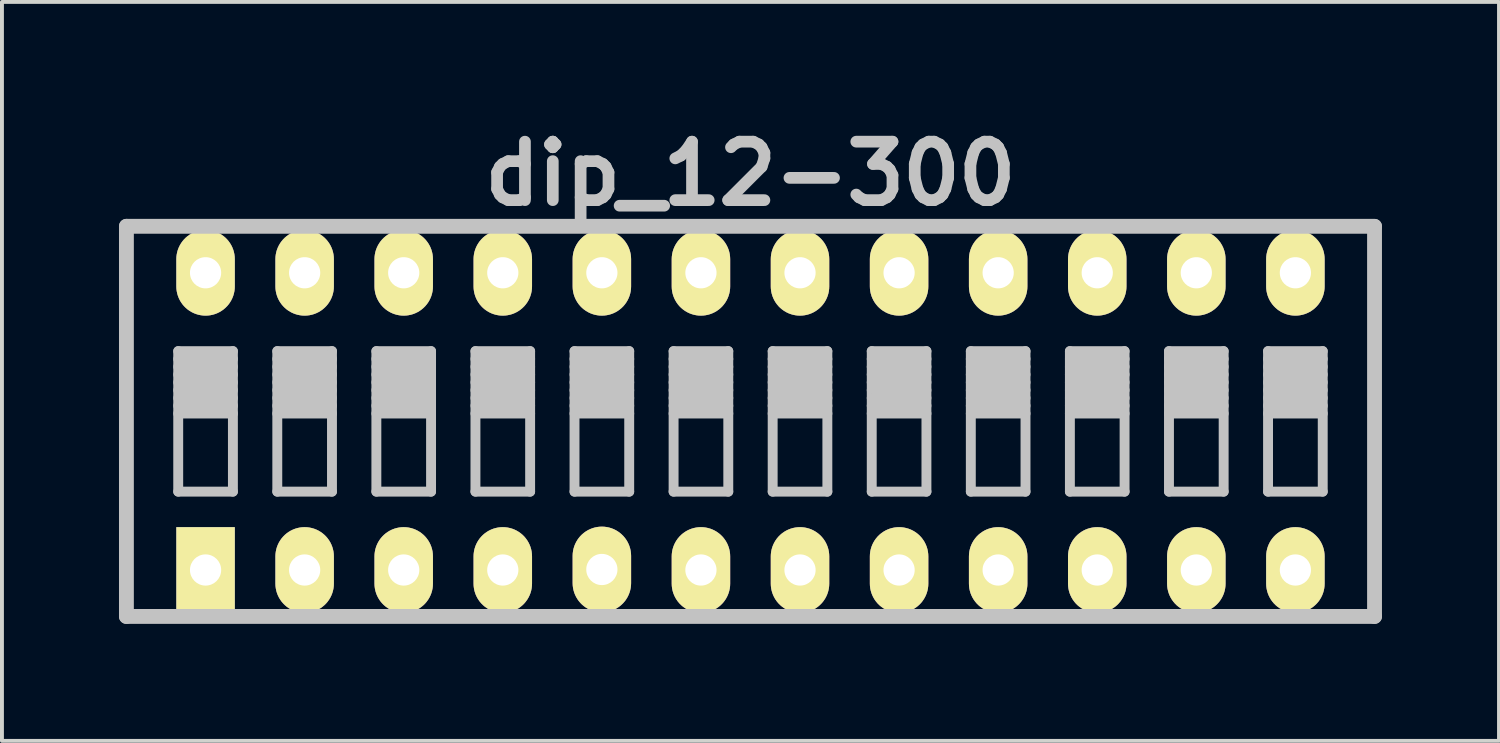
<source format=kicad_pcb>
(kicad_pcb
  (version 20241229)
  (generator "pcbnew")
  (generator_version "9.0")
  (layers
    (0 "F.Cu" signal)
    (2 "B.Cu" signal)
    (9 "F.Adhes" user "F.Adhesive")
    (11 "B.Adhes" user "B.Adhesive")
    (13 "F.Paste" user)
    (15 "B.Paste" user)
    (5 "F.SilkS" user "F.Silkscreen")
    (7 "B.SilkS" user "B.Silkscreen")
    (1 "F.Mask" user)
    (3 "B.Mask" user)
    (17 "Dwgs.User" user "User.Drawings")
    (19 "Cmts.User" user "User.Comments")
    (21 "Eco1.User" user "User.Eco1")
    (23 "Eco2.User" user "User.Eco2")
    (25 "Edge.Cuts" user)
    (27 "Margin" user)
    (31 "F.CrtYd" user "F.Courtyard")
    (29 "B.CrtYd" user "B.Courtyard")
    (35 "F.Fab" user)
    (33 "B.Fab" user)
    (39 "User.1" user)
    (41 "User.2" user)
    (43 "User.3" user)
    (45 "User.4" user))
  (footprint "dip_12-300"
    (layer "F.Cu")
    (at 16.19 7.753)
    (property "Reference" "dip_12-300" (at 0 -6.35 0) (layer "Dwgs.User") (effects (font (size 1.499 1.499) (thickness 0.3))))
    (attr through_hole)
    (fp_line (start -15.999 -5.001) (end 15.999 -5.001) (stroke (width 0.381) (type solid)) (layer "Dwgs.User"))
    (fp_line (start -15.999 5.001) (end -15.999 -5.001) (stroke (width 0.381) (type solid)) (layer "Dwgs.User"))
    (fp_line (start -14.671 -1.801) (end -14.671 1.801) (stroke (width 0.254) (type solid)) (layer "Dwgs.User"))
    (fp_line (start -14.671 -1.6) (end -13.269 -1.6) (stroke (width 0.254) (type solid)) (layer "Dwgs.User"))
    (fp_line (start -14.671 -1.4) (end -13.269 -1.4) (stroke (width 0.254) (type solid)) (layer "Dwgs.User"))
    (fp_line (start -14.671 -1.201) (end -13.269 -1.201) (stroke (width 0.254) (type solid)) (layer "Dwgs.User"))
    (fp_line (start -14.671 -1.001) (end -13.269 -1.001) (stroke (width 0.254) (type solid)) (layer "Dwgs.User"))
    (fp_line (start -14.671 -0.8) (end -13.269 -0.8) (stroke (width 0.254) (type solid)) (layer "Dwgs.User"))
    (fp_line (start -14.671 -0.599) (end -13.269 -0.599) (stroke (width 0.254) (type solid)) (layer "Dwgs.User"))
    (fp_line (start -14.671 -0.401) (end -13.269 -0.401) (stroke (width 0.254) (type solid)) (layer "Dwgs.User"))
    (fp_line (start -14.671 -0.201) (end -13.269 -0.201) (stroke (width 0.254) (type solid)) (layer "Dwgs.User"))
    (fp_line (start -14.671 1.801) (end -13.269 1.801) (stroke (width 0.254) (type solid)) (layer "Dwgs.User"))
    (fp_line (start -13.269 -1.801) (end -14.671 -1.801) (stroke (width 0.254) (type solid)) (layer "Dwgs.User"))
    (fp_line (start -13.269 1.801) (end -13.269 -1.801) (stroke (width 0.254) (type solid)) (layer "Dwgs.User"))
    (fp_line (start -12.131 -1.801) (end -12.131 1.801) (stroke (width 0.254) (type solid)) (layer "Dwgs.User"))
    (fp_line (start -12.131 -1.6) (end -10.729 -1.6) (stroke (width 0.254) (type solid)) (layer "Dwgs.User"))
    (fp_line (start -12.131 -1.4) (end -10.729 -1.4) (stroke (width 0.254) (type solid)) (layer "Dwgs.User"))
    (fp_line (start -12.131 -1.201) (end -10.729 -1.201) (stroke (width 0.254) (type solid)) (layer "Dwgs.User"))
    (fp_line (start -12.131 -1.001) (end -10.729 -1.001) (stroke (width 0.254) (type solid)) (layer "Dwgs.User"))
    (fp_line (start -12.131 -0.8) (end -10.729 -0.8) (stroke (width 0.254) (type solid)) (layer "Dwgs.User"))
    (fp_line (start -12.131 -0.599) (end -10.729 -0.599) (stroke (width 0.254) (type solid)) (layer "Dwgs.User"))
    (fp_line (start -12.131 -0.401) (end -10.729 -0.401) (stroke (width 0.254) (type solid)) (layer "Dwgs.User"))
    (fp_line (start -12.131 -0.201) (end -10.729 -0.201) (stroke (width 0.254) (type solid)) (layer "Dwgs.User"))
    (fp_line (start -12.131 1.801) (end -10.729 1.801) (stroke (width 0.254) (type solid)) (layer "Dwgs.User"))
    (fp_line (start -10.729 -1.801) (end -12.131 -1.801) (stroke (width 0.254) (type solid)) (layer "Dwgs.User"))
    (fp_line (start -10.729 1.801) (end -10.729 -1.801) (stroke (width 0.254) (type solid)) (layer "Dwgs.User"))
    (fp_line (start -9.591 -1.801) (end -9.591 1.801) (stroke (width 0.254) (type solid)) (layer "Dwgs.User"))
    (fp_line (start -9.591 -1.6) (end -8.189 -1.6) (stroke (width 0.254) (type solid)) (layer "Dwgs.User"))
    (fp_line (start -9.591 -1.4) (end -8.189 -1.4) (stroke (width 0.254) (type solid)) (layer "Dwgs.User"))
    (fp_line (start -9.591 -1.201) (end -8.189 -1.201) (stroke (width 0.254) (type solid)) (layer "Dwgs.User"))
    (fp_line (start -9.591 -1.001) (end -8.189 -1.001) (stroke (width 0.254) (type solid)) (layer "Dwgs.User"))
    (fp_line (start -9.591 -0.8) (end -8.189 -0.8) (stroke (width 0.254) (type solid)) (layer "Dwgs.User"))
    (fp_line (start -9.591 -0.599) (end -8.189 -0.599) (stroke (width 0.254) (type solid)) (layer "Dwgs.User"))
    (fp_line (start -9.591 -0.401) (end -8.189 -0.401) (stroke (width 0.254) (type solid)) (layer "Dwgs.User"))
    (fp_line (start -9.591 -0.201) (end -8.189 -0.201) (stroke (width 0.254) (type solid)) (layer "Dwgs.User"))
    (fp_line (start -9.591 1.801) (end -8.189 1.801) (stroke (width 0.254) (type solid)) (layer "Dwgs.User"))
    (fp_line (start -8.189 -1.801) (end -9.591 -1.801) (stroke (width 0.254) (type solid)) (layer "Dwgs.User"))
    (fp_line (start -8.189 1.801) (end -8.189 -1.801) (stroke (width 0.254) (type solid)) (layer "Dwgs.User"))
    (fp_line (start -7.051 -1.801) (end -7.051 1.801) (stroke (width 0.254) (type solid)) (layer "Dwgs.User"))
    (fp_line (start -7.051 -1.6) (end -5.649 -1.6) (stroke (width 0.254) (type solid)) (layer "Dwgs.User"))
    (fp_line (start -7.051 -1.4) (end -5.649 -1.4) (stroke (width 0.254) (type solid)) (layer "Dwgs.User"))
    (fp_line (start -7.051 -1.201) (end -5.649 -1.201) (stroke (width 0.254) (type solid)) (layer "Dwgs.User"))
    (fp_line (start -7.051 -1.001) (end -5.649 -1.001) (stroke (width 0.254) (type solid)) (layer "Dwgs.User"))
    (fp_line (start -7.051 -0.8) (end -5.649 -0.8) (stroke (width 0.254) (type solid)) (layer "Dwgs.User"))
    (fp_line (start -7.051 -0.599) (end -5.649 -0.599) (stroke (width 0.254) (type solid)) (layer "Dwgs.User"))
    (fp_line (start -7.051 -0.401) (end -5.649 -0.401) (stroke (width 0.254) (type solid)) (layer "Dwgs.User"))
    (fp_line (start -7.051 -0.201) (end -5.649 -0.201) (stroke (width 0.254) (type solid)) (layer "Dwgs.User"))
    (fp_line (start -7.051 1.801) (end -5.649 1.801) (stroke (width 0.254) (type solid)) (layer "Dwgs.User"))
    (fp_line (start -5.649 -1.801) (end -7.051 -1.801) (stroke (width 0.254) (type solid)) (layer "Dwgs.User"))
    (fp_line (start -5.649 1.801) (end -5.649 -1.801) (stroke (width 0.254) (type solid)) (layer "Dwgs.User"))
    (fp_line (start -4.511 -1.801) (end -4.511 1.801) (stroke (width 0.254) (type solid)) (layer "Dwgs.User"))
    (fp_line (start -4.511 -1.6) (end -3.109 -1.6) (stroke (width 0.254) (type solid)) (layer "Dwgs.User"))
    (fp_line (start -4.511 -1.4) (end -3.109 -1.4) (stroke (width 0.254) (type solid)) (layer "Dwgs.User"))
    (fp_line (start -4.511 -1.201) (end -3.109 -1.201) (stroke (width 0.254) (type solid)) (layer "Dwgs.User"))
    (fp_line (start -4.511 -1.001) (end -3.109 -1.001) (stroke (width 0.254) (type solid)) (layer "Dwgs.User"))
    (fp_line (start -4.511 -0.8) (end -3.109 -0.8) (stroke (width 0.254) (type solid)) (layer "Dwgs.User"))
    (fp_line (start -4.511 -0.599) (end -3.109 -0.599) (stroke (width 0.254) (type solid)) (layer "Dwgs.User"))
    (fp_line (start -4.511 -0.401) (end -3.109 -0.401) (stroke (width 0.254) (type solid)) (layer "Dwgs.User"))
    (fp_line (start -4.511 -0.201) (end -3.109 -0.201) (stroke (width 0.254) (type solid)) (layer "Dwgs.User"))
    (fp_line (start -4.511 1.801) (end -3.109 1.801) (stroke (width 0.254) (type solid)) (layer "Dwgs.User"))
    (fp_line (start -3.109 -1.801) (end -4.511 -1.801) (stroke (width 0.254) (type solid)) (layer "Dwgs.User"))
    (fp_line (start -3.109 1.801) (end -3.109 -1.801) (stroke (width 0.254) (type solid)) (layer "Dwgs.User"))
    (fp_line (start -1.971 -1.801) (end -1.971 1.801) (stroke (width 0.254) (type solid)) (layer "Dwgs.User"))
    (fp_line (start -1.971 -1.6) (end -0.569 -1.6) (stroke (width 0.254) (type solid)) (layer "Dwgs.User"))
    (fp_line (start -1.971 -1.4) (end -0.569 -1.4) (stroke (width 0.254) (type solid)) (layer "Dwgs.User"))
    (fp_line (start -1.971 -1.201) (end -0.569 -1.201) (stroke (width 0.254) (type solid)) (layer "Dwgs.User"))
    (fp_line (start -1.971 -1.001) (end -0.569 -1.001) (stroke (width 0.254) (type solid)) (layer "Dwgs.User"))
    (fp_line (start -1.971 -0.8) (end -0.569 -0.8) (stroke (width 0.254) (type solid)) (layer "Dwgs.User"))
    (fp_line (start -1.971 -0.599) (end -0.569 -0.599) (stroke (width 0.254) (type solid)) (layer "Dwgs.User"))
    (fp_line (start -1.971 -0.401) (end -0.569 -0.401) (stroke (width 0.254) (type solid)) (layer "Dwgs.User"))
    (fp_line (start -1.971 -0.201) (end -0.569 -0.201) (stroke (width 0.254) (type solid)) (layer "Dwgs.User"))
    (fp_line (start -1.971 1.801) (end -0.569 1.801) (stroke (width 0.254) (type solid)) (layer "Dwgs.User"))
    (fp_line (start -0.569 -1.801) (end -1.971 -1.801) (stroke (width 0.254) (type solid)) (layer "Dwgs.User"))
    (fp_line (start -0.569 1.801) (end -0.569 -1.801) (stroke (width 0.254) (type solid)) (layer "Dwgs.User"))
    (fp_line (start 0.569 -1.801) (end 0.569 1.801) (stroke (width 0.254) (type solid)) (layer "Dwgs.User"))
    (fp_line (start 0.569 -1.6) (end 1.971 -1.6) (stroke (width 0.254) (type solid)) (layer "Dwgs.User"))
    (fp_line (start 0.569 -1.4) (end 1.971 -1.4) (stroke (width 0.254) (type solid)) (layer "Dwgs.User"))
    (fp_line (start 0.569 -1.201) (end 1.971 -1.201) (stroke (width 0.254) (type solid)) (layer "Dwgs.User"))
    (fp_line (start 0.569 -1.001) (end 1.971 -1.001) (stroke (width 0.254) (type solid)) (layer "Dwgs.User"))
    (fp_line (start 0.569 -0.8) (end 1.971 -0.8) (stroke (width 0.254) (type solid)) (layer "Dwgs.User"))
    (fp_line (start 0.569 -0.599) (end 1.971 -0.599) (stroke (width 0.254) (type solid)) (layer "Dwgs.User"))
    (fp_line (start 0.569 -0.401) (end 1.971 -0.401) (stroke (width 0.254) (type solid)) (layer "Dwgs.User"))
    (fp_line (start 0.569 -0.201) (end 1.971 -0.201) (stroke (width 0.254) (type solid)) (layer "Dwgs.User"))
    (fp_line (start 0.569 1.801) (end 1.971 1.801) (stroke (width 0.254) (type solid)) (layer "Dwgs.User"))
    (fp_line (start 1.971 -1.801) (end 0.569 -1.801) (stroke (width 0.254) (type solid)) (layer "Dwgs.User"))
    (fp_line (start 1.971 1.801) (end 1.971 -1.801) (stroke (width 0.254) (type solid)) (layer "Dwgs.User"))
    (fp_line (start 3.109 -1.801) (end 3.109 1.801) (stroke (width 0.254) (type solid)) (layer "Dwgs.User"))
    (fp_line (start 3.109 -1.6) (end 4.511 -1.6) (stroke (width 0.254) (type solid)) (layer "Dwgs.User"))
    (fp_line (start 3.109 -1.4) (end 4.511 -1.4) (stroke (width 0.254) (type solid)) (layer "Dwgs.User"))
    (fp_line (start 3.109 -1.201) (end 4.511 -1.201) (stroke (width 0.254) (type solid)) (layer "Dwgs.User"))
    (fp_line (start 3.109 -1.001) (end 4.511 -1.001) (stroke (width 0.254) (type solid)) (layer "Dwgs.User"))
    (fp_line (start 3.109 -0.8) (end 4.511 -0.8) (stroke (width 0.254) (type solid)) (layer "Dwgs.User"))
    (fp_line (start 3.109 -0.599) (end 4.511 -0.599) (stroke (width 0.254) (type solid)) (layer "Dwgs.User"))
    (fp_line (start 3.109 -0.401) (end 4.511 -0.401) (stroke (width 0.254) (type solid)) (layer "Dwgs.User"))
    (fp_line (start 3.109 -0.201) (end 4.511 -0.201) (stroke (width 0.254) (type solid)) (layer "Dwgs.User"))
    (fp_line (start 3.109 1.801) (end 4.511 1.801) (stroke (width 0.254) (type solid)) (layer "Dwgs.User"))
    (fp_line (start 4.511 -1.801) (end 3.109 -1.801) (stroke (width 0.254) (type solid)) (layer "Dwgs.User"))
    (fp_line (start 4.511 1.801) (end 4.511 -1.801) (stroke (width 0.254) (type solid)) (layer "Dwgs.User"))
    (fp_line (start 5.649 -1.801) (end 5.649 1.801) (stroke (width 0.254) (type solid)) (layer "Dwgs.User"))
    (fp_line (start 5.649 -1.6) (end 7.051 -1.6) (stroke (width 0.254) (type solid)) (layer "Dwgs.User"))
    (fp_line (start 5.649 -1.4) (end 7.051 -1.4) (stroke (width 0.254) (type solid)) (layer "Dwgs.User"))
    (fp_line (start 5.649 -1.201) (end 7.051 -1.201) (stroke (width 0.254) (type solid)) (layer "Dwgs.User"))
    (fp_line (start 5.649 -1.001) (end 7.051 -1.001) (stroke (width 0.254) (type solid)) (layer "Dwgs.User"))
    (fp_line (start 5.649 -0.8) (end 7.051 -0.8) (stroke (width 0.254) (type solid)) (layer "Dwgs.User"))
    (fp_line (start 5.649 -0.599) (end 7.051 -0.599) (stroke (width 0.254) (type solid)) (layer "Dwgs.User"))
    (fp_line (start 5.649 -0.401) (end 7.051 -0.401) (stroke (width 0.254) (type solid)) (layer "Dwgs.User"))
    (fp_line (start 5.649 -0.201) (end 7.051 -0.201) (stroke (width 0.254) (type solid)) (layer "Dwgs.User"))
    (fp_line (start 5.649 1.801) (end 7.051 1.801) (stroke (width 0.254) (type solid)) (layer "Dwgs.User"))
    (fp_line (start 7.051 -1.801) (end 5.649 -1.801) (stroke (width 0.254) (type solid)) (layer "Dwgs.User"))
    (fp_line (start 7.051 1.801) (end 7.051 -1.801) (stroke (width 0.254) (type solid)) (layer "Dwgs.User"))
    (fp_line (start 8.189 -1.801) (end 8.189 1.801) (stroke (width 0.254) (type solid)) (layer "Dwgs.User"))
    (fp_line (start 8.189 -1.6) (end 9.591 -1.6) (stroke (width 0.254) (type solid)) (layer "Dwgs.User"))
    (fp_line (start 8.189 -1.4) (end 9.591 -1.4) (stroke (width 0.254) (type solid)) (layer "Dwgs.User"))
    (fp_line (start 8.189 -1.201) (end 9.591 -1.201) (stroke (width 0.254) (type solid)) (layer "Dwgs.User"))
    (fp_line (start 8.189 -1.001) (end 9.591 -1.001) (stroke (width 0.254) (type solid)) (layer "Dwgs.User"))
    (fp_line (start 8.189 -0.8) (end 9.591 -0.8) (stroke (width 0.254) (type solid)) (layer "Dwgs.User"))
    (fp_line (start 8.189 -0.599) (end 9.591 -0.599) (stroke (width 0.254) (type solid)) (layer "Dwgs.User"))
    (fp_line (start 8.189 -0.401) (end 9.591 -0.401) (stroke (width 0.254) (type solid)) (layer "Dwgs.User"))
    (fp_line (start 8.189 -0.201) (end 9.591 -0.201) (stroke (width 0.254) (type solid)) (layer "Dwgs.User"))
    (fp_line (start 8.189 1.801) (end 9.591 1.801) (stroke (width 0.254) (type solid)) (layer "Dwgs.User"))
    (fp_line (start 9.591 -1.801) (end 8.189 -1.801) (stroke (width 0.254) (type solid)) (layer "Dwgs.User"))
    (fp_line (start 9.591 1.801) (end 9.591 -1.801) (stroke (width 0.254) (type solid)) (layer "Dwgs.User"))
    (fp_line (start 10.729 -1.801) (end 10.729 1.801) (stroke (width 0.254) (type solid)) (layer "Dwgs.User"))
    (fp_line (start 10.729 -1.6) (end 12.131 -1.6) (stroke (width 0.254) (type solid)) (layer "Dwgs.User"))
    (fp_line (start 10.729 -1.4) (end 12.131 -1.4) (stroke (width 0.254) (type solid)) (layer "Dwgs.User"))
    (fp_line (start 10.729 -1.201) (end 12.131 -1.201) (stroke (width 0.254) (type solid)) (layer "Dwgs.User"))
    (fp_line (start 10.729 -1.001) (end 12.131 -1.001) (stroke (width 0.254) (type solid)) (layer "Dwgs.User"))
    (fp_line (start 10.729 -0.8) (end 12.131 -0.8) (stroke (width 0.254) (type solid)) (layer "Dwgs.User"))
    (fp_line (start 10.729 -0.599) (end 12.131 -0.599) (stroke (width 0.254) (type solid)) (layer "Dwgs.User"))
    (fp_line (start 10.729 -0.401) (end 12.131 -0.401) (stroke (width 0.254) (type solid)) (layer "Dwgs.User"))
    (fp_line (start 10.729 -0.201) (end 12.131 -0.201) (stroke (width 0.254) (type solid)) (layer "Dwgs.User"))
    (fp_line (start 10.729 1.801) (end 12.131 1.801) (stroke (width 0.254) (type solid)) (layer "Dwgs.User"))
    (fp_line (start 12.131 -1.801) (end 10.729 -1.801) (stroke (width 0.254) (type solid)) (layer "Dwgs.User"))
    (fp_line (start 12.131 1.801) (end 12.131 -1.801) (stroke (width 0.254) (type solid)) (layer "Dwgs.User"))
    (fp_line (start 13.269 -1.801) (end 13.269 1.801) (stroke (width 0.254) (type solid)) (layer "Dwgs.User"))
    (fp_line (start 13.269 -1.6) (end 14.671 -1.6) (stroke (width 0.254) (type solid)) (layer "Dwgs.User"))
    (fp_line (start 13.269 -1.4) (end 14.671 -1.4) (stroke (width 0.254) (type solid)) (layer "Dwgs.User"))
    (fp_line (start 13.269 -1.201) (end 14.671 -1.201) (stroke (width 0.254) (type solid)) (layer "Dwgs.User"))
    (fp_line (start 13.269 -1.001) (end 14.671 -1.001) (stroke (width 0.254) (type solid)) (layer "Dwgs.User"))
    (fp_line (start 13.269 -0.8) (end 14.671 -0.8) (stroke (width 0.254) (type solid)) (layer "Dwgs.User"))
    (fp_line (start 13.269 -0.599) (end 14.671 -0.599) (stroke (width 0.254) (type solid)) (layer "Dwgs.User"))
    (fp_line (start 13.269 -0.401) (end 14.671 -0.401) (stroke (width 0.254) (type solid)) (layer "Dwgs.User"))
    (fp_line (start 13.269 -0.201) (end 14.671 -0.201) (stroke (width 0.254) (type solid)) (layer "Dwgs.User"))
    (fp_line (start 13.269 1.801) (end 14.671 1.801) (stroke (width 0.254) (type solid)) (layer "Dwgs.User"))
    (fp_line (start 14.671 -1.801) (end 13.269 -1.801) (stroke (width 0.254) (type solid)) (layer "Dwgs.User"))
    (fp_line (start 14.671 1.801) (end 14.671 -1.801) (stroke (width 0.254) (type solid)) (layer "Dwgs.User"))
    (fp_line (start 15.999 -4.999) (end 15.999 5.001) (stroke (width 0.381) (type solid)) (layer "Dwgs.User"))
    (fp_line (start 15.999 5.001) (end -15.999 5.001) (stroke (width 0.381) (type solid)) (layer "Dwgs.User"))
    (pad "1" thru_hole rect (at -13.97 3.81) (size 1.499 2.197) (drill 0.8) (layers "*.Cu" "*.Mask" "F.SilkS"))
    (pad "2" thru_hole oval (at -11.43 3.81) (size 1.499 2.197) (drill 0.8) (layers "*.Cu" "*.Mask" "F.SilkS"))
    (pad "3" thru_hole oval (at -8.89 3.81) (size 1.499 2.197) (drill 0.8) (layers "*.Cu" "*.Mask" "F.SilkS"))
    (pad "4" thru_hole oval (at -6.35 3.81) (size 1.499 2.197) (drill 0.8) (layers "*.Cu" "*.Mask" "F.SilkS"))
    (pad "5" thru_hole oval (at -3.81 3.797) (size 1.499 2.197) (drill 0.8) (layers "*.Cu" "*.Mask" "F.SilkS"))
    (pad "6" thru_hole oval (at -1.27 3.81) (size 1.499 2.197) (drill 0.8) (layers "*.Cu" "*.Mask" "F.SilkS"))
    (pad "7" thru_hole oval (at 1.27 3.81) (size 1.499 2.197) (drill 0.8) (layers "*.Cu" "*.Mask" "F.SilkS"))
    (pad "8" thru_hole oval (at 3.81 3.81) (size 1.499 2.197) (drill 0.8) (layers "*.Cu" "*.Mask" "F.SilkS"))
    (pad "9" thru_hole oval (at 6.35 3.81) (size 1.499 2.197) (drill 0.8) (layers "*.Cu" "*.Mask" "F.SilkS"))
    (pad "10" thru_hole oval (at 8.89 3.81) (size 1.499 2.197) (drill 0.8) (layers "*.Cu" "*.Mask" "F.SilkS"))
    (pad "11" thru_hole oval (at 11.43 3.81) (size 1.499 2.197) (drill 0.8) (layers "*.Cu" "*.Mask" "F.SilkS"))
    (pad "12" thru_hole oval (at 13.97 3.81) (size 1.499 2.197) (drill 0.8) (layers "*.Cu" "*.Mask" "F.SilkS"))
    (pad "13" thru_hole oval (at 13.97 -3.81) (size 1.499 2.197) (drill 0.8) (layers "*.Cu" "*.Mask" "F.SilkS"))
    (pad "14" thru_hole oval (at 11.43 -3.81) (size 1.499 2.197) (drill 0.8) (layers "*.Cu" "*.Mask" "F.SilkS"))
    (pad "15" thru_hole oval (at 8.89 -3.81) (size 1.499 2.197) (drill 0.8) (layers "*.Cu" "*.Mask" "F.SilkS"))
    (pad "16" thru_hole oval (at 6.35 -3.81) (size 1.499 2.197) (drill 0.8) (layers "*.Cu" "*.Mask" "F.SilkS"))
    (pad "17" thru_hole oval (at 3.81 -3.81) (size 1.499 2.197) (drill 0.8) (layers "*.Cu" "*.Mask" "F.SilkS"))
    (pad "18" thru_hole oval (at 1.27 -3.81) (size 1.499 2.197) (drill 0.8) (layers "*.Cu" "*.Mask" "F.SilkS"))
    (pad "19" thru_hole oval (at -1.27 -3.81) (size 1.499 2.197) (drill 0.8) (layers "*.Cu" "*.Mask" "F.SilkS"))
    (pad "20" thru_hole oval (at -3.81 -3.81) (size 1.499 2.197) (drill 0.8) (layers "*.Cu" "*.Mask" "F.SilkS"))
    (pad "21" thru_hole oval (at -6.35 -3.81) (size 1.499 2.197) (drill 0.8) (layers "*.Cu" "*.Mask" "F.SilkS"))
    (pad "22" thru_hole oval (at -8.89 -3.81) (size 1.499 2.197) (drill 0.8) (layers "*.Cu" "*.Mask" "F.SilkS"))
    (pad "23" thru_hole oval (at -11.43 -3.81) (size 1.499 2.197) (drill 0.8) (layers "*.Cu" "*.Mask" "F.SilkS"))
    (pad "24" thru_hole oval (at -13.97 -3.81) (size 1.499 2.197) (drill 0.8) (layers "*.Cu" "*.Mask" "F.SilkS")))
  (gr_rect
    (start -3 -3)
    (end 35.38 15.944)
    (stroke (width 0.1) (type default))
    (fill no)
    (layer "Edge.Cuts")))
</source>
